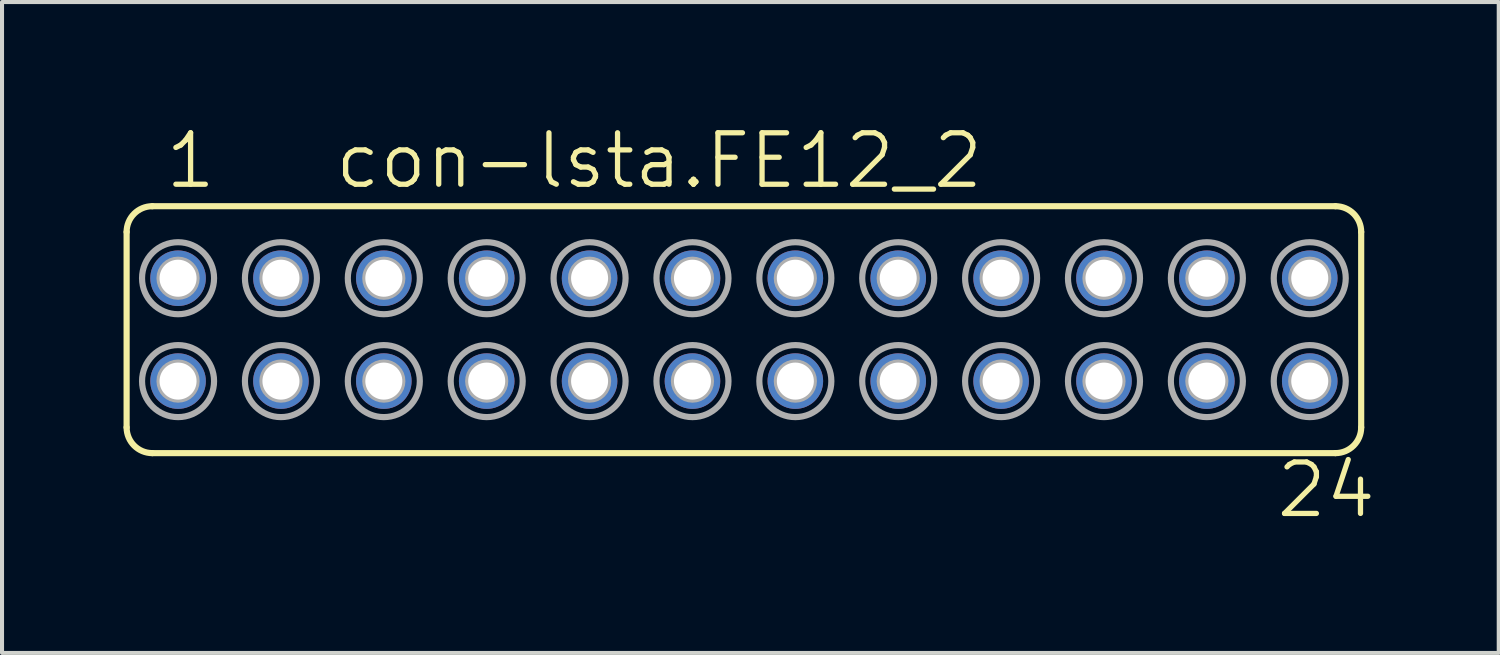
<source format=kicad_pcb>
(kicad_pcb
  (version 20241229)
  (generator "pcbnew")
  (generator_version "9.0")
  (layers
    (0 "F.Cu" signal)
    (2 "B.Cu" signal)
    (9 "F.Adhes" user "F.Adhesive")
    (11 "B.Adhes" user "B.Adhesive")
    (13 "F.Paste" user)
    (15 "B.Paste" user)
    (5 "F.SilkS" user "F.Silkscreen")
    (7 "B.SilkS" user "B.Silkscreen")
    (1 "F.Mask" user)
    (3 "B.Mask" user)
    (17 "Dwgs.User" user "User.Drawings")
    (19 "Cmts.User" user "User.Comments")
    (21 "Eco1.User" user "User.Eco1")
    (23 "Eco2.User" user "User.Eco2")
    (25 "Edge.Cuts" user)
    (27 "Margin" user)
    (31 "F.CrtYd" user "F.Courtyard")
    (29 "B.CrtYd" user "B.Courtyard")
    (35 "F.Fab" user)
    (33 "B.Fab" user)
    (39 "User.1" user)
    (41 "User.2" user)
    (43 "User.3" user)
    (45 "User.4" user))
  (footprint "con-lsta.FE12_2"
    (layer "F.Cu")
    (at 15.316 5.089)
    (property "Reference" "con-lsta.FE12_2" (at -10.16 -3.429 0) (layer "F.SilkS") (effects (font (size 1.27 1.27) (thickness 0.13)) (justify left bottom)))
    (attr through_hole)
    (fp_line (start -15.24 2.413) (end -15.24 -2.413) (stroke (width 0.152) (type default)) (layer "F.SilkS"))
    (fp_line (start -14.605 -3.048) (end 14.605 -3.048) (stroke (width 0.152) (type default)) (layer "F.SilkS"))
    (fp_line (start -14.605 3.048) (end 14.605 3.048) (stroke (width 0.152) (type default)) (layer "F.SilkS"))
    (fp_line (start 15.24 2.413) (end 15.24 -2.413) (stroke (width 0.152) (type default)) (layer "F.SilkS"))
    (fp_arc (start -15.24 -2.413) (mid -15.054013 -2.862013) (end -14.605 -3.048) (stroke (width 0.1524) (type default)) (layer "F.SilkS"))
    (fp_arc (start -14.605 3.048) (mid -15.054013 2.862013) (end -15.24 2.413) (stroke (width 0.1524) (type default)) (layer "F.SilkS"))
    (fp_arc (start 14.605 -3.048) (mid 15.054013 -2.862013) (end 15.24 -2.413) (stroke (width 0.1524) (type default)) (layer "F.SilkS"))
    (fp_arc (start 15.24 2.413) (mid 15.054013 2.862013) (end 14.605 3.048) (stroke (width 0.1524) (type default)) (layer "F.SilkS"))
    (fp_circle (center -13.97 -1.27) (end -13.843 -1.27) (stroke (width 0.406) (type default)) (fill no) (layer "F.Fab"))
    (fp_circle (center -13.97 -1.27) (end -13.081 -1.27) (stroke (width 0.152) (type default)) (fill no) (layer "F.Fab"))
    (fp_circle (center -13.97 1.27) (end -13.843 1.27) (stroke (width 0.406) (type default)) (fill no) (layer "F.Fab"))
    (fp_circle (center -13.97 1.27) (end -13.081 1.27) (stroke (width 0.152) (type default)) (fill no) (layer "F.Fab"))
    (fp_circle (center -11.43 -1.27) (end -11.303 -1.27) (stroke (width 0.406) (type default)) (fill no) (layer "F.Fab"))
    (fp_circle (center -11.43 -1.27) (end -10.541 -1.27) (stroke (width 0.152) (type default)) (fill no) (layer "F.Fab"))
    (fp_circle (center -11.43 1.27) (end -11.303 1.27) (stroke (width 0.406) (type default)) (fill no) (layer "F.Fab"))
    (fp_circle (center -11.43 1.27) (end -10.541 1.27) (stroke (width 0.152) (type default)) (fill no) (layer "F.Fab"))
    (fp_circle (center -8.89 -1.27) (end -8.763 -1.27) (stroke (width 0.406) (type default)) (fill no) (layer "F.Fab"))
    (fp_circle (center -8.89 -1.27) (end -8.001 -1.27) (stroke (width 0.152) (type default)) (fill no) (layer "F.Fab"))
    (fp_circle (center -8.89 1.27) (end -8.763 1.27) (stroke (width 0.406) (type default)) (fill no) (layer "F.Fab"))
    (fp_circle (center -8.89 1.27) (end -8.001 1.27) (stroke (width 0.152) (type default)) (fill no) (layer "F.Fab"))
    (fp_circle (center -6.35 -1.27) (end -6.223 -1.27) (stroke (width 0.406) (type default)) (fill no) (layer "F.Fab"))
    (fp_circle (center -6.35 -1.27) (end -5.461 -1.27) (stroke (width 0.152) (type default)) (fill no) (layer "F.Fab"))
    (fp_circle (center -6.35 1.27) (end -6.223 1.27) (stroke (width 0.406) (type default)) (fill no) (layer "F.Fab"))
    (fp_circle (center -6.35 1.27) (end -5.461 1.27) (stroke (width 0.152) (type default)) (fill no) (layer "F.Fab"))
    (fp_circle (center -3.81 -1.27) (end -3.683 -1.27) (stroke (width 0.406) (type default)) (fill no) (layer "F.Fab"))
    (fp_circle (center -3.81 -1.27) (end -2.921 -1.27) (stroke (width 0.152) (type default)) (fill no) (layer "F.Fab"))
    (fp_circle (center -3.81 1.27) (end -3.683 1.27) (stroke (width 0.406) (type default)) (fill no) (layer "F.Fab"))
    (fp_circle (center -3.81 1.27) (end -2.921 1.27) (stroke (width 0.152) (type default)) (fill no) (layer "F.Fab"))
    (fp_circle (center -1.27 -1.27) (end -1.143 -1.27) (stroke (width 0.406) (type default)) (fill no) (layer "F.Fab"))
    (fp_circle (center -1.27 -1.27) (end -0.381 -1.27) (stroke (width 0.152) (type default)) (fill no) (layer "F.Fab"))
    (fp_circle (center -1.27 1.27) (end -1.143 1.27) (stroke (width 0.406) (type default)) (fill no) (layer "F.Fab"))
    (fp_circle (center -1.27 1.27) (end -0.381 1.27) (stroke (width 0.152) (type default)) (fill no) (layer "F.Fab"))
    (fp_circle (center 1.27 -1.27) (end 1.397 -1.27) (stroke (width 0.406) (type default)) (fill no) (layer "F.Fab"))
    (fp_circle (center 1.27 -1.27) (end 2.159 -1.27) (stroke (width 0.152) (type default)) (fill no) (layer "F.Fab"))
    (fp_circle (center 1.27 1.27) (end 1.397 1.27) (stroke (width 0.406) (type default)) (fill no) (layer "F.Fab"))
    (fp_circle (center 1.27 1.27) (end 2.159 1.27) (stroke (width 0.152) (type default)) (fill no) (layer "F.Fab"))
    (fp_circle (center 3.81 -1.27) (end 3.937 -1.27) (stroke (width 0.406) (type default)) (fill no) (layer "F.Fab"))
    (fp_circle (center 3.81 -1.27) (end 4.699 -1.27) (stroke (width 0.152) (type default)) (fill no) (layer "F.Fab"))
    (fp_circle (center 3.81 1.27) (end 3.937 1.27) (stroke (width 0.406) (type default)) (fill no) (layer "F.Fab"))
    (fp_circle (center 3.81 1.27) (end 4.699 1.27) (stroke (width 0.152) (type default)) (fill no) (layer "F.Fab"))
    (fp_circle (center 6.35 -1.27) (end 6.477 -1.27) (stroke (width 0.406) (type default)) (fill no) (layer "F.Fab"))
    (fp_circle (center 6.35 -1.27) (end 7.239 -1.27) (stroke (width 0.152) (type default)) (fill no) (layer "F.Fab"))
    (fp_circle (center 6.35 1.27) (end 6.477 1.27) (stroke (width 0.406) (type default)) (fill no) (layer "F.Fab"))
    (fp_circle (center 6.35 1.27) (end 7.239 1.27) (stroke (width 0.152) (type default)) (fill no) (layer "F.Fab"))
    (fp_circle (center 8.89 -1.27) (end 9.017 -1.27) (stroke (width 0.406) (type default)) (fill no) (layer "F.Fab"))
    (fp_circle (center 8.89 -1.27) (end 9.779 -1.27) (stroke (width 0.152) (type default)) (fill no) (layer "F.Fab"))
    (fp_circle (center 8.89 1.27) (end 9.017 1.27) (stroke (width 0.406) (type default)) (fill no) (layer "F.Fab"))
    (fp_circle (center 8.89 1.27) (end 9.779 1.27) (stroke (width 0.152) (type default)) (fill no) (layer "F.Fab"))
    (fp_circle (center 11.43 -1.27) (end 11.557 -1.27) (stroke (width 0.406) (type default)) (fill no) (layer "F.Fab"))
    (fp_circle (center 11.43 -1.27) (end 12.319 -1.27) (stroke (width 0.152) (type default)) (fill no) (layer "F.Fab"))
    (fp_circle (center 11.43 1.27) (end 11.557 1.27) (stroke (width 0.406) (type default)) (fill no) (layer "F.Fab"))
    (fp_circle (center 11.43 1.27) (end 12.319 1.27) (stroke (width 0.152) (type default)) (fill no) (layer "F.Fab"))
    (fp_circle (center 13.97 -1.27) (end 14.097 -1.27) (stroke (width 0.406) (type default)) (fill no) (layer "F.Fab"))
    (fp_circle (center 13.97 -1.27) (end 14.859 -1.27) (stroke (width 0.152) (type default)) (fill no) (layer "F.Fab"))
    (fp_circle (center 13.97 1.27) (end 14.097 1.27) (stroke (width 0.406) (type default)) (fill no) (layer "F.Fab"))
    (fp_circle (center 13.97 1.27) (end 14.859 1.27) (stroke (width 0.152) (type default)) (fill no) (layer "F.Fab"))
    (fp_text user "24" (at 13.081 4.699 0) (layer "F.SilkS") (effects (font (size 1.27 1.27) (thickness 0.13)) (justify left bottom)))
    (fp_text user "1" (at -14.351 -3.429 0) (layer "F.SilkS") (effects (font (size 1.27 1.27) (thickness 0.13)) (justify left bottom)))
    (pad "1" thru_hole circle (at -13.97 -1.27) (size 1.372 1.372) (drill 0.914) (layers "*.Cu" "*.Mask"))
    (pad "2" thru_hole circle (at -13.97 1.27) (size 1.372 1.372) (drill 0.914) (layers "*.Cu" "*.Mask"))
    (pad "3" thru_hole circle (at -11.43 -1.27) (size 1.372 1.372) (drill 0.914) (layers "*.Cu" "*.Mask"))
    (pad "4" thru_hole circle (at -11.43 1.27) (size 1.372 1.372) (drill 0.914) (layers "*.Cu" "*.Mask"))
    (pad "5" thru_hole circle (at -8.89 -1.27) (size 1.372 1.372) (drill 0.914) (layers "*.Cu" "*.Mask"))
    (pad "6" thru_hole circle (at -8.89 1.27) (size 1.372 1.372) (drill 0.914) (layers "*.Cu" "*.Mask"))
    (pad "7" thru_hole circle (at -6.35 -1.27) (size 1.372 1.372) (drill 0.914) (layers "*.Cu" "*.Mask"))
    (pad "8" thru_hole circle (at -6.35 1.27) (size 1.372 1.372) (drill 0.914) (layers "*.Cu" "*.Mask"))
    (pad "9" thru_hole circle (at -3.81 -1.27) (size 1.372 1.372) (drill 0.914) (layers "*.Cu" "*.Mask"))
    (pad "10" thru_hole circle (at -3.81 1.27) (size 1.372 1.372) (drill 0.914) (layers "*.Cu" "*.Mask"))
    (pad "11" thru_hole circle (at -1.27 -1.27) (size 1.372 1.372) (drill 0.914) (layers "*.Cu" "*.Mask"))
    (pad "12" thru_hole circle (at -1.27 1.27) (size 1.372 1.372) (drill 0.914) (layers "*.Cu" "*.Mask"))
    (pad "13" thru_hole circle (at 1.27 -1.27) (size 1.372 1.372) (drill 0.914) (layers "*.Cu" "*.Mask"))
    (pad "14" thru_hole circle (at 1.27 1.27) (size 1.372 1.372) (drill 0.914) (layers "*.Cu" "*.Mask"))
    (pad "15" thru_hole circle (at 3.81 -1.27) (size 1.372 1.372) (drill 0.914) (layers "*.Cu" "*.Mask"))
    (pad "16" thru_hole circle (at 3.81 1.27) (size 1.372 1.372) (drill 0.914) (layers "*.Cu" "*.Mask"))
    (pad "17" thru_hole circle (at 6.35 -1.27) (size 1.372 1.372) (drill 0.914) (layers "*.Cu" "*.Mask"))
    (pad "18" thru_hole circle (at 6.35 1.27) (size 1.372 1.372) (drill 0.914) (layers "*.Cu" "*.Mask"))
    (pad "19" thru_hole circle (at 8.89 -1.27) (size 1.372 1.372) (drill 0.914) (layers "*.Cu" "*.Mask"))
    (pad "20" thru_hole circle (at 8.89 1.27) (size 1.372 1.372) (drill 0.914) (layers "*.Cu" "*.Mask"))
    (pad "21" thru_hole circle (at 11.43 -1.27) (size 1.372 1.372) (drill 0.914) (layers "*.Cu" "*.Mask"))
    (pad "22" thru_hole circle (at 11.43 1.27) (size 1.372 1.372) (drill 0.914) (layers "*.Cu" "*.Mask"))
    (pad "23" thru_hole circle (at 13.97 -1.27) (size 1.372 1.372) (drill 0.914) (layers "*.Cu" "*.Mask"))
    (pad "24" thru_hole circle (at 13.97 1.27) (size 1.372 1.372) (drill 0.914) (layers "*.Cu" "*.Mask")))
  (gr_rect
    (start -3 -3)
    (end 33.952 13.07)
    (stroke (width 0.1) (type default))
    (fill no)
    (layer "Edge.Cuts")))
</source>
